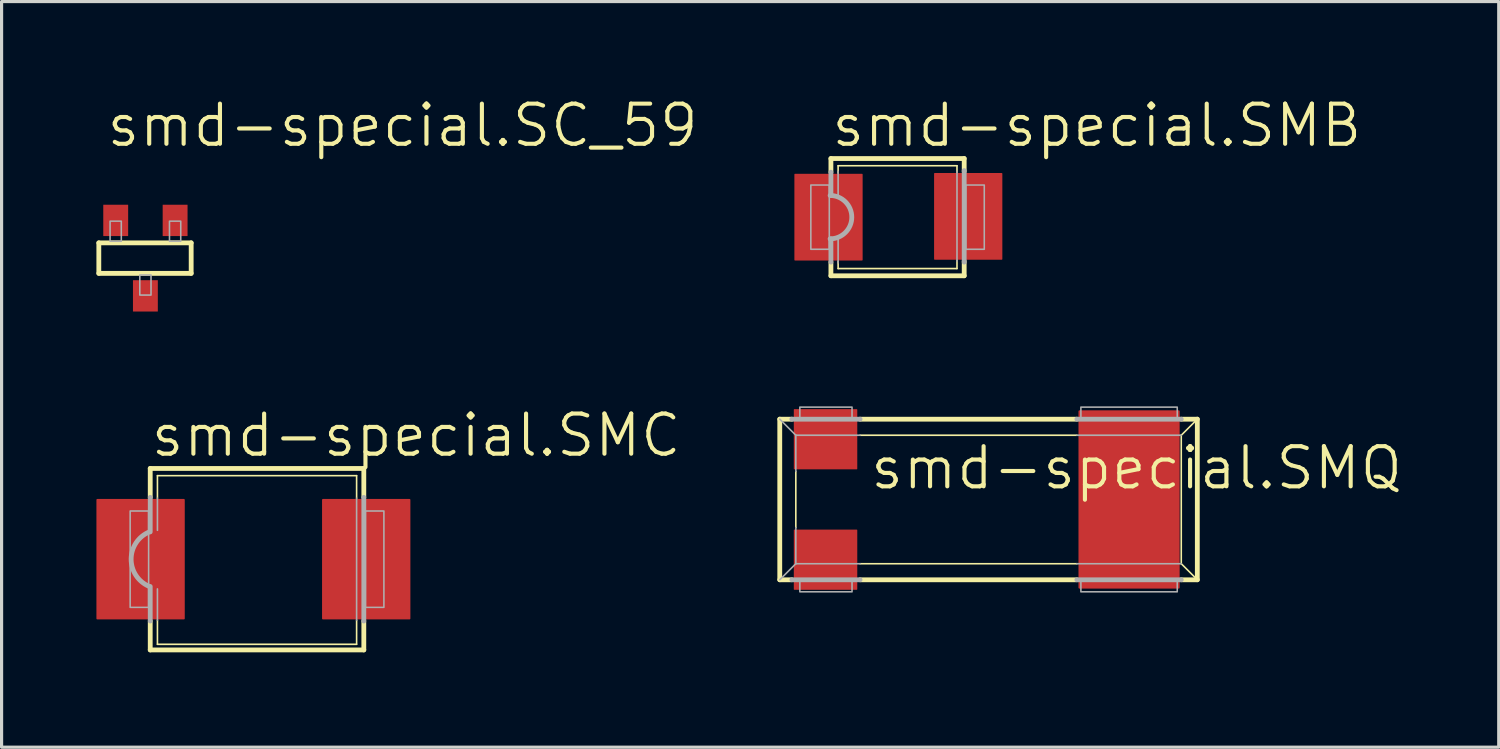
<source format=kicad_pcb>
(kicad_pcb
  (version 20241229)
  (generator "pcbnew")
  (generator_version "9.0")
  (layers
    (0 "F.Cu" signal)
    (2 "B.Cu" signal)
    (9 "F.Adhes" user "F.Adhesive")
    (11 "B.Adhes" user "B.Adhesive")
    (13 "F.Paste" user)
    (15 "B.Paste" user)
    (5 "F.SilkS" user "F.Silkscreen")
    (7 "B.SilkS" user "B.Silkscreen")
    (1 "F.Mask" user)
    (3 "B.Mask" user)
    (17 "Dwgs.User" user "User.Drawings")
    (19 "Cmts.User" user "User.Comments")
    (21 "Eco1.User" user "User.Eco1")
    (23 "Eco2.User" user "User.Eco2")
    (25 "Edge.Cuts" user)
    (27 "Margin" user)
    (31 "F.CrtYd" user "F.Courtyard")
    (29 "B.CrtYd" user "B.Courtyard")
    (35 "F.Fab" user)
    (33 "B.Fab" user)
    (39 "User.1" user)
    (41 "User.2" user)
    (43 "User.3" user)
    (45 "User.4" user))
  (footprint "smd-special.SMB"
    (layer "F.Cu")
    (at 25.468 3.692)
    (property "Reference" "smd-special.SMB" (at -2.286 -2.032 0) (layer "F.SilkS") (effects (font (size 1.27 1.27) (thickness 0.13)) (justify left bottom)))
    (attr smd)
    (fp_line (start -2.235 -1.727) (end -2.235 -1.295) (stroke (width 0.152) (type default)) (layer "F.SilkS"))
    (fp_line (start -2.235 -1.727) (end 1.981 -1.727) (stroke (width 0.152) (type default)) (layer "F.SilkS"))
    (fp_line (start -2.235 1.981) (end -2.235 1.549) (stroke (width 0.152) (type default)) (layer "F.SilkS"))
    (fp_line (start -2.007 -1.499) (end 1.753 -1.499) (stroke (width 0.051) (type default)) (layer "F.SilkS"))
    (fp_line (start -2.007 -1.27) (end -2.007 -1.499) (stroke (width 0.051) (type default)) (layer "F.SilkS"))
    (fp_line (start -2.007 1.753) (end -2.007 1.524) (stroke (width 0.051) (type default)) (layer "F.SilkS"))
    (fp_line (start -2.007 1.753) (end 1.753 1.753) (stroke (width 0.051) (type default)) (layer "F.SilkS"))
    (fp_line (start 1.753 -1.295) (end 1.753 -1.499) (stroke (width 0.051) (type default)) (layer "F.SilkS"))
    (fp_line (start 1.753 1.499) (end 1.753 1.753) (stroke (width 0.051) (type default)) (layer "F.SilkS"))
    (fp_line (start 1.981 -1.727) (end 1.981 -1.321) (stroke (width 0.152) (type default)) (layer "F.SilkS"))
    (fp_line (start 1.981 1.981) (end -2.235 1.981) (stroke (width 0.152) (type default)) (layer "F.SilkS"))
    (fp_line (start 1.981 1.981) (end 1.981 1.524) (stroke (width 0.152) (type default)) (layer "F.SilkS"))
    (fp_line (start -2.235 -1.295) (end -2.235 -0.559) (stroke (width 0.152) (type default)) (layer "F.Fab"))
    (fp_line (start -2.235 1.549) (end -2.235 0.813) (stroke (width 0.152) (type default)) (layer "F.Fab"))
    (fp_line (start -2.007 -0.533) (end -2.007 -1.321) (stroke (width 0.051) (type default)) (layer "F.Fab"))
    (fp_line (start -2.007 1.575) (end -2.007 0.787) (stroke (width 0.051) (type default)) (layer "F.Fab"))
    (fp_line (start 1.753 -1.321) (end 1.753 1.524) (stroke (width 0.051) (type default)) (layer "F.Fab"))
    (fp_line (start 1.981 -1.346) (end 1.981 1.549) (stroke (width 0.152) (type default)) (layer "F.Fab"))
    (fp_rect (start -2.87 1.143) (end -2.286 -0.889) (stroke (width 0.05) (type default)) (fill no) (layer "F.Fab"))
    (fp_rect (start 2.032 1.143) (end 2.616 -0.889) (stroke (width 0.05) (type default)) (fill no) (layer "F.Fab"))
    (fp_arc (start -2.2606 -0.5588) (mid -1.5748 0.127) (end -2.2606 0.8128) (stroke (width 0.1524) (type default)) (layer "F.Fab"))
    (pad "1" smd roundrect (at -2.311 0.127) (size 2.159 2.743) (layers "F.Cu" "F.Mask" "F.Paste") (roundrect_rratio 0.01))
    (pad "2" smd roundrect (at 2.108 0.102) (size 2.159 2.743) (layers "F.Cu" "F.Mask" "F.Paste") (roundrect_rratio 0.01)))
  (footprint "smd-special.SC_59"
    (layer "F.Cu")
    (at 1.524 5.089)
    (property "Reference" "smd-special.SC_59" (at -1.27 -3.429 0) (layer "F.SilkS") (effects (font (size 1.27 1.27) (thickness 0.13)) (justify left bottom)))
    (attr smd)
    (fp_line (start -1.448 -0.457) (end -1.448 0.508) (stroke (width 0.152) (type default)) (layer "F.SilkS"))
    (fp_line (start -1.448 -0.457) (end 1.473 -0.457) (stroke (width 0.152) (type default)) (layer "F.SilkS"))
    (fp_line (start 1.473 0.508) (end -1.448 0.508) (stroke (width 0.152) (type default)) (layer "F.SilkS"))
    (fp_line (start 1.473 0.508) (end 1.473 -0.457) (stroke (width 0.152) (type default)) (layer "F.SilkS"))
    (fp_rect (start -1.092 -0.508) (end -0.737 -1.143) (stroke (width 0.05) (type default)) (fill no) (layer "F.Fab"))
    (fp_rect (start -0.152 1.194) (end 0.203 0.559) (stroke (width 0.05) (type default)) (fill no) (layer "F.Fab"))
    (fp_rect (start 0.787 -0.508) (end 1.143 -1.143) (stroke (width 0.05) (type default)) (fill no) (layer "F.Fab"))
    (pad "1" smd roundrect (at -0.914 -1.168) (size 0.787 0.991) (layers "F.Cu" "F.Mask" "F.Paste") (roundrect_rratio 0.01))
    (pad "2" smd roundrect (at 0.965 -1.168) (size 0.787 0.991) (layers "F.Cu" "F.Mask" "F.Paste") (roundrect_rratio 0.01))
    (pad "3" smd roundrect (at 0.025 1.219) (size 0.787 0.991) (layers "F.Cu" "F.Mask" "F.Paste") (roundrect_rratio 0.01)))
  (footprint "smd-special.SMC"
    (layer "F.Cu")
    (at 5.207 14.511)
    (property "Reference" "smd-special.SMC" (at -3.556 -3.048 0) (layer "F.SilkS") (effects (font (size 1.27 1.27) (thickness 0.13)) (justify left bottom)))
    (attr smd)
    (fp_line (start -3.505 -2.743) (end -3.505 -1.829) (stroke (width 0.152) (type default)) (layer "F.SilkS"))
    (fp_line (start -3.505 -2.743) (end 3.251 -2.743) (stroke (width 0.152) (type default)) (layer "F.SilkS"))
    (fp_line (start -3.505 2.997) (end -3.505 2.083) (stroke (width 0.152) (type default)) (layer "F.SilkS"))
    (fp_line (start -3.277 -2.515) (end 3.023 -2.515) (stroke (width 0.051) (type default)) (layer "F.SilkS"))
    (fp_line (start -3.277 -1.803) (end -3.277 -2.515) (stroke (width 0.051) (type default)) (layer "F.SilkS"))
    (fp_line (start -3.277 2.819) (end -3.277 2.057) (stroke (width 0.051) (type default)) (layer "F.SilkS"))
    (fp_line (start -3.277 2.819) (end 3.023 2.819) (stroke (width 0.051) (type default)) (layer "F.SilkS"))
    (fp_line (start 3.023 -1.803) (end 3.023 -2.515) (stroke (width 0.051) (type default)) (layer "F.SilkS"))
    (fp_line (start 3.023 2.057) (end 3.023 2.819) (stroke (width 0.051) (type default)) (layer "F.SilkS"))
    (fp_line (start 3.251 -2.743) (end 3.251 -1.829) (stroke (width 0.152) (type default)) (layer "F.SilkS"))
    (fp_line (start 3.251 2.997) (end -3.505 2.997) (stroke (width 0.152) (type default)) (layer "F.SilkS"))
    (fp_line (start 3.251 2.997) (end 3.251 2.083) (stroke (width 0.152) (type default)) (layer "F.SilkS"))
    (fp_line (start -3.505 -1.829) (end -3.505 -0.737) (stroke (width 0.152) (type default)) (layer "F.Fab"))
    (fp_line (start -3.505 2.083) (end -3.505 0.991) (stroke (width 0.152) (type default)) (layer "F.Fab"))
    (fp_line (start -3.277 -0.787) (end -3.277 -1.803) (stroke (width 0.051) (type default)) (layer "F.Fab"))
    (fp_line (start -3.277 2.057) (end -3.277 1.067) (stroke (width 0.051) (type default)) (layer "F.Fab"))
    (fp_line (start 3.023 -1.803) (end 3.023 2.057) (stroke (width 0.051) (type default)) (layer "F.Fab"))
    (fp_line (start 3.251 -1.829) (end 3.251 2.083) (stroke (width 0.152) (type default)) (layer "F.Fab"))
    (fp_rect (start -4.14 1.651) (end -3.556 -1.397) (stroke (width 0.05) (type default)) (fill no) (layer "F.Fab"))
    (fp_rect (start 3.302 1.651) (end 3.886 -1.397) (stroke (width 0.05) (type default)) (fill no) (layer "F.Fab"))
    (fp_arc (start -3.5429 0.9854) (mid -4.108973 0.120297) (end -3.5307 -0.7367) (stroke (width 0.1524) (type default)) (layer "F.Fab"))
    (pad "1" smd roundrect (at -3.81 0.127) (size 2.794 3.81) (layers "F.Cu" "F.Mask" "F.Paste") (roundrect_rratio 0.01))
    (pad "2" smd roundrect (at 3.327 0.127) (size 2.794 3.81) (layers "F.Cu" "F.Mask" "F.Paste") (roundrect_rratio 0.01)))
  (footprint "smd-special.SMQ"
    (layer "F.Cu")
    (at 28.219 12.749)
    (property "Reference" "smd-special.SMQ" (at -3.81 -0.254 0) (layer "F.SilkS") (effects (font (size 1.27 1.27) (thickness 0.13)) (justify left bottom)))
    (attr smd)
    (fp_line (start -6.604 -2.54) (end -6.604 2.54) (stroke (width 0.152) (type default)) (layer "F.SilkS"))
    (fp_line (start -6.604 -2.54) (end -6.223 -2.54) (stroke (width 0.152) (type default)) (layer "F.SilkS"))
    (fp_line (start -6.223 2.54) (end -6.604 2.54) (stroke (width 0.152) (type default)) (layer "F.SilkS"))
    (fp_line (start -6.096 -0.889) (end -6.096 0.889) (stroke (width 0.051) (type default)) (layer "F.SilkS"))
    (fp_line (start -4.064 -2.54) (end 2.794 -2.54) (stroke (width 0.152) (type default)) (layer "F.SilkS"))
    (fp_line (start -4.064 -2.032) (end 2.794 -2.032) (stroke (width 0.051) (type default)) (layer "F.SilkS"))
    (fp_line (start -4.064 2.032) (end 2.794 2.032) (stroke (width 0.051) (type default)) (layer "F.SilkS"))
    (fp_line (start -4.064 2.54) (end 2.794 2.54) (stroke (width 0.152) (type default)) (layer "F.SilkS"))
    (fp_line (start 6.096 -2.54) (end 6.604 -2.54) (stroke (width 0.152) (type default)) (layer "F.SilkS"))
    (fp_line (start 6.096 2.032) (end 6.096 -2.032) (stroke (width 0.051) (type default)) (layer "F.SilkS"))
    (fp_line (start 6.096 2.54) (end 6.604 2.54) (stroke (width 0.152) (type default)) (layer "F.SilkS"))
    (fp_line (start 6.604 -2.54) (end 6.096 -2.032) (stroke (width 0.051) (type default)) (layer "F.SilkS"))
    (fp_line (start 6.604 2.54) (end 6.096 2.032) (stroke (width 0.051) (type default)) (layer "F.SilkS"))
    (fp_line (start 6.604 2.54) (end 6.604 -2.54) (stroke (width 0.152) (type default)) (layer "F.SilkS"))
    (fp_line (start -6.604 -2.54) (end -6.096 -2.032) (stroke (width 0.051) (type default)) (layer "F.Fab"))
    (fp_line (start -6.604 2.54) (end -6.096 2.032) (stroke (width 0.051) (type default)) (layer "F.Fab"))
    (fp_line (start -6.223 -2.54) (end -4.064 -2.54) (stroke (width 0.152) (type default)) (layer "F.Fab"))
    (fp_line (start -6.223 2.54) (end -4.064 2.54) (stroke (width 0.152) (type default)) (layer "F.Fab"))
    (fp_line (start -6.096 -2.032) (end -6.096 -0.889) (stroke (width 0.051) (type default)) (layer "F.Fab"))
    (fp_line (start -6.096 -2.032) (end -4.064 -2.032) (stroke (width 0.051) (type default)) (layer "F.Fab"))
    (fp_line (start -6.096 0.889) (end -6.096 2.032) (stroke (width 0.051) (type default)) (layer "F.Fab"))
    (fp_line (start -6.096 2.032) (end -4.064 2.032) (stroke (width 0.051) (type default)) (layer "F.Fab"))
    (fp_line (start 6.096 -2.54) (end 2.794 -2.54) (stroke (width 0.152) (type default)) (layer "F.Fab"))
    (fp_line (start 6.096 -2.032) (end 2.794 -2.032) (stroke (width 0.051) (type default)) (layer "F.Fab"))
    (fp_line (start 6.096 2.032) (end 2.794 2.032) (stroke (width 0.051) (type default)) (layer "F.Fab"))
    (fp_line (start 6.096 2.54) (end 2.794 2.54) (stroke (width 0.152) (type default)) (layer "F.Fab"))
    (fp_rect (start -5.969 -2.54) (end -4.318 -2.921) (stroke (width 0.05) (type default)) (fill no) (layer "F.Fab"))
    (fp_rect (start -5.969 2.921) (end -4.318 2.54) (stroke (width 0.05) (type default)) (fill no) (layer "F.Fab"))
    (fp_rect (start 2.921 -2.54) (end 5.969 -2.921) (stroke (width 0.05) (type default)) (fill no) (layer "F.Fab"))
    (fp_rect (start 2.921 2.921) (end 5.969 2.54) (stroke (width 0.05) (type default)) (fill no) (layer "F.Fab"))
    (pad "1" smd roundrect (at -5.156 -1.905) (size 2.007 1.905) (layers "F.Cu" "F.Mask" "F.Paste") (roundrect_rratio 0.01))
    (pad "2" smd roundrect (at -5.156 1.905) (size 2.007 1.905) (layers "F.Cu" "F.Mask" "F.Paste") (roundrect_rratio 0.01))
    (pad "GND" smd roundrect (at 4.445 0) (size 3.2 5.639) (layers "F.Cu" "F.Mask" "F.Paste") (roundrect_rratio 0.01)))
  (gr_rect
    (start -3 -3)
    (end 44.357 20.585)
    (stroke (width 0.1) (type default))
    (fill no)
    (layer "Edge.Cuts")))
</source>
